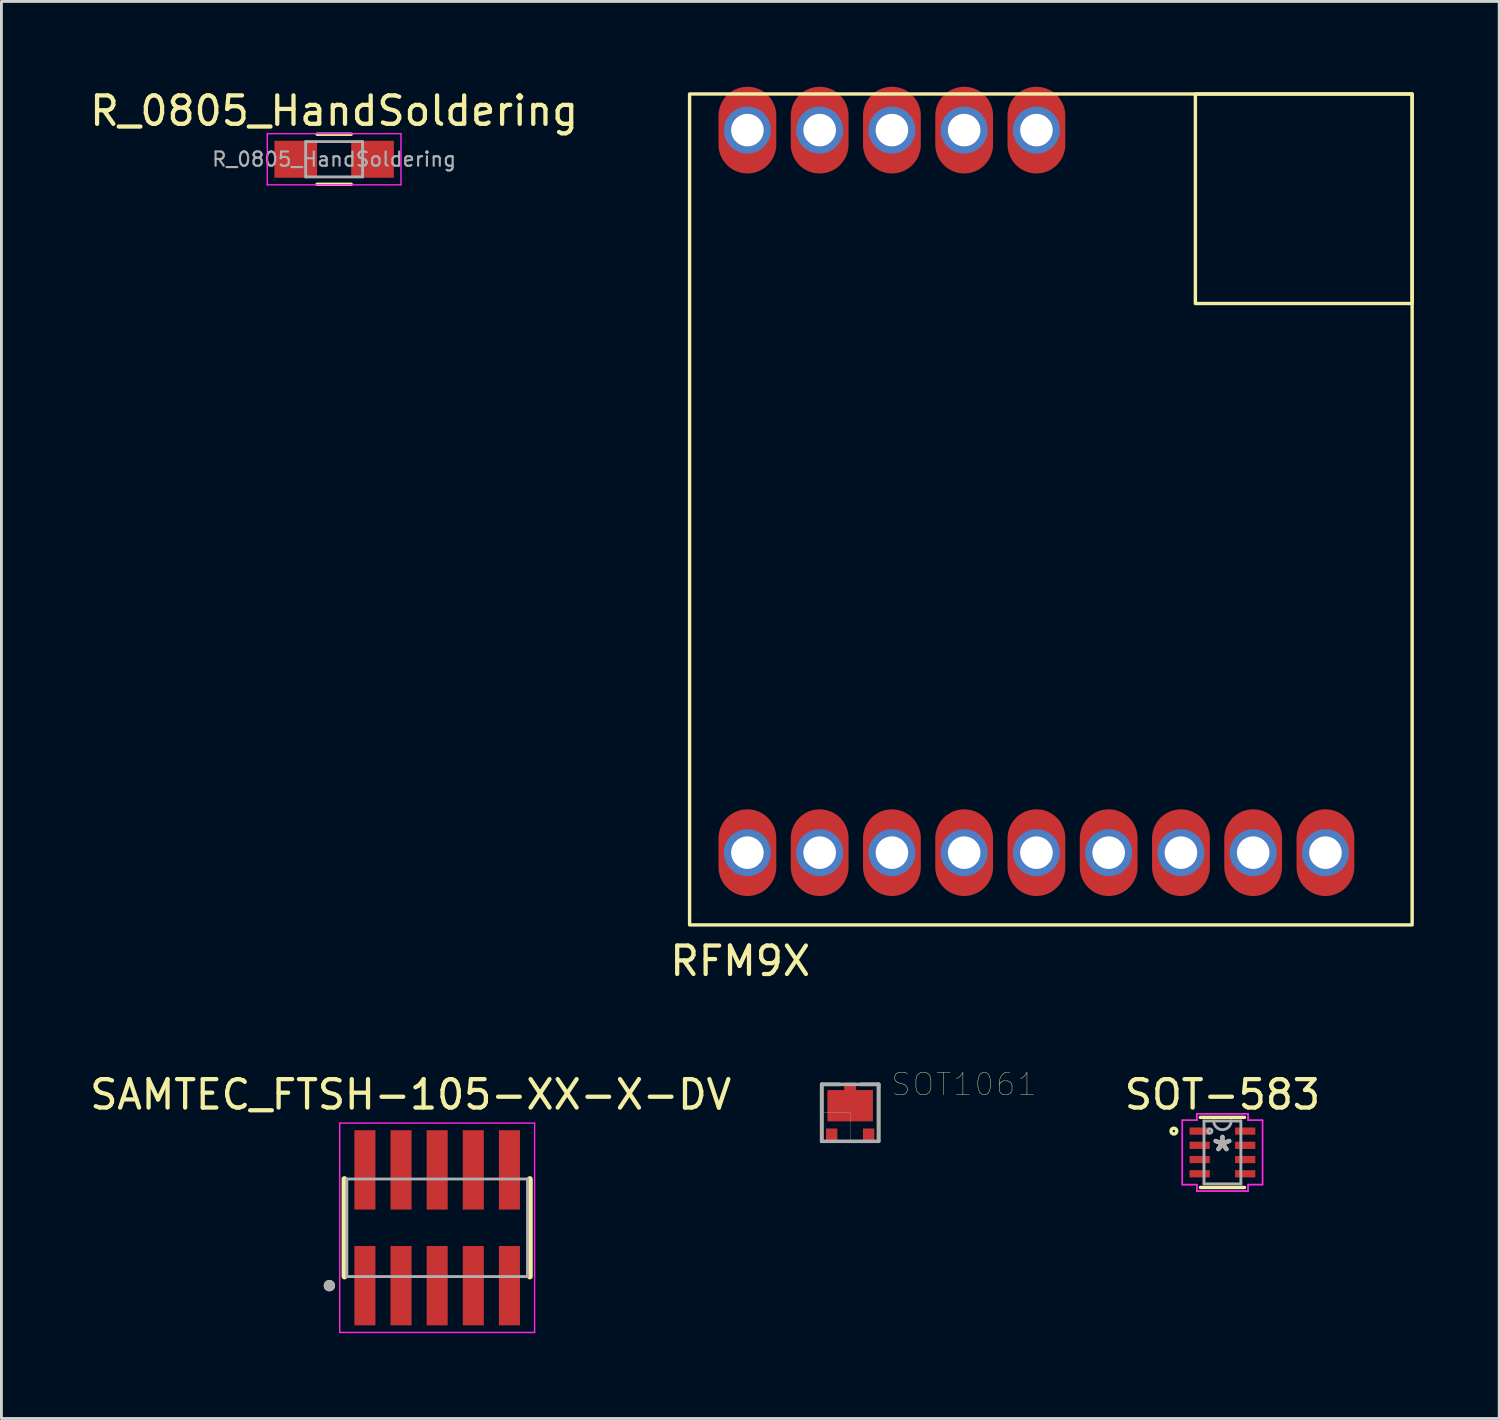
<source format=kicad_pcb>
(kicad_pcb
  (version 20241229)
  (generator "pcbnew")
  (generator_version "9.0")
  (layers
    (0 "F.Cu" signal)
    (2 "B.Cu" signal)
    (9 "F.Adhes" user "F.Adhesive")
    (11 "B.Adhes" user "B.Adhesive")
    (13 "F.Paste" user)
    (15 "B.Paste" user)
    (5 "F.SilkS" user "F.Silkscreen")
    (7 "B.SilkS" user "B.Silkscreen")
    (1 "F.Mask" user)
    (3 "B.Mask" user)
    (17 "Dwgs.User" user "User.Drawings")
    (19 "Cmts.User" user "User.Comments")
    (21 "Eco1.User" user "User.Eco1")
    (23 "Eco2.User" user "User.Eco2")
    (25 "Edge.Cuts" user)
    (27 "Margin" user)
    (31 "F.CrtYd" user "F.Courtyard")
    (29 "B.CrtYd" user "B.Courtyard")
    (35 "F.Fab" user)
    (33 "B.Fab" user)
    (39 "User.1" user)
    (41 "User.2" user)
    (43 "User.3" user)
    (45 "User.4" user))
  (footprint "SOT1061"
    (layer "F.Cu")
    (at 26.836 36.07)
    (property "Reference" "SOT1061" (at 4.001 -1 0) (layer "F.SilkS") (effects (font (size 0.788 0.788) (thickness 0.015))))
    (attr through_hole)
    (fp_poly (pts (xy 0.8 0.3) (xy -0.8 0.3) (xy -0.8 -0.8) (xy -0.2 -0.8) (xy -0.2 -1.05) (xy 0.2 -1.05) (xy 0.2 -0.8) (xy 0.8 -0.8)) (stroke (width 0) (type solid)) (fill yes) (layer "F.Cu"))
    (fp_poly (pts (xy -0.901 0.5) (xy -0.4 0.5) (xy -0.4 1.102) (xy -0.901 1.102)) (stroke (width 0.01) (type solid)) (fill yes) (layer "F.Mask"))
    (fp_poly (pts (xy 0.401 0.5) (xy 0.9 0.5) (xy 0.9 1.101) (xy 0.401 1.101)) (stroke (width 0.01) (type solid)) (fill yes) (layer "F.Mask"))
    (fp_poly (pts (xy 0.85 0.35) (xy -0.85 0.35) (xy -0.85 -0.85) (xy -0.25 -0.85) (xy -0.25 -1.1) (xy 0.25 -1.1) (xy 0.25 -0.85) (xy 0.85 -0.85)) (stroke (width 0) (type solid)) (fill yes) (layer "F.Mask"))
    (fp_line (start -1 -1) (end -1 1) (stroke (width 0.125) (type solid)) (layer "F.SilkS"))
    (fp_line (start -0.375 -1) (end -1 -1) (stroke (width 0.125) (type solid)) (layer "F.SilkS"))
    (fp_line (start 1 -1) (end 0.375 -1) (stroke (width 0.125) (type solid)) (layer "F.SilkS"))
    (fp_line (start 1 1) (end 1 -1) (stroke (width 0.125) (type solid)) (layer "F.SilkS"))
    (fp_poly (pts (xy 0.8 0.3) (xy -0.8 0.3) (xy -0.8 -0.8) (xy -0.2 -0.8) (xy -0.2 -1.05) (xy 0.2 -1.05) (xy 0.2 -0.8) (xy 0.8 -0.8)) (stroke (width 0) (type solid)) (fill yes) (layer "F.Paste"))
    (fp_line (start -1 -1) (end 1 -1) (stroke (width 0.125) (type solid)) (layer "F.Fab"))
    (fp_line (start -1 1) (end -1 -1) (stroke (width 0.125) (type solid)) (layer "F.Fab"))
    (fp_line (start 1 -1) (end 1 -0.9) (stroke (width 0.125) (type solid)) (layer "F.Fab"))
    (fp_line (start 1 -0.9) (end 1 1) (stroke (width 0.125) (type solid)) (layer "F.Fab"))
    (fp_line (start 1 1) (end -1 1) (stroke (width 0.125) (type solid)) (layer "F.Fab"))
    (fp_poly (pts (xy -1 0) (xy 0 0) (xy 0 1) (xy -1 1)) (stroke (width 0.01) (type solid)) (fill no) (layer "F.Fab"))
    (pad "1" smd rect (at -0.65 0.8) (size 0.4 0.5) (layers "F.Cu" "F.Paste"))
    (pad "2" smd rect (at 0.65 0.8) (size 0.4 0.5) (layers "F.Cu" "F.Paste"))
    (pad "3" smd rect (at 0 -0.875) (size 0.001 0.001) (layers "F.Cu"))
    (pad "3" smd rect (at 0 -0.813) (size 0.4 0.5) (layers "F.Cu" "F.Paste")))
  (footprint "SOT-583"
    (layer "F.Cu")
    (at 39.923 37.462)
    (property "Reference" "SOT-583" (at 0 -2.032 0) (layer "F.SilkS") (effects (font (size 1 1) (thickness 0.15))))
    (attr through_hole)
    (fp_line (start -0.775 1.232) (end 0.775 1.232) (stroke (width 0.12) (type solid)) (layer "F.SilkS"))
    (fp_line (start 0.775 -1.232) (end -0.775 -1.232) (stroke (width 0.12) (type solid)) (layer "F.SilkS"))
    (fp_circle (center -1.707 -0.75) (end -1.605 -0.75) (stroke (width 0.12) (type solid)) (fill no) (layer "F.SilkS"))
    (fp_line (start -1.41 -1.131) (end -0.902 -1.131) (stroke (width 0.05) (type solid)) (layer "F.CrtYd"))
    (fp_line (start -1.41 -1.131) (end -0.902 -1.131) (stroke (width 0.05) (type solid)) (layer "F.CrtYd"))
    (fp_line (start -1.41 1.131) (end -1.41 -1.131) (stroke (width 0.05) (type solid)) (layer "F.CrtYd"))
    (fp_line (start -1.41 1.131) (end -1.41 -1.131) (stroke (width 0.05) (type solid)) (layer "F.CrtYd"))
    (fp_line (start -1.41 1.131) (end -0.902 1.131) (stroke (width 0.05) (type solid)) (layer "F.CrtYd"))
    (fp_line (start -0.902 -1.359) (end 0.902 -1.359) (stroke (width 0.05) (type solid)) (layer "F.CrtYd"))
    (fp_line (start -0.902 -1.359) (end 0.902 -1.359) (stroke (width 0.05) (type solid)) (layer "F.CrtYd"))
    (fp_line (start -0.902 -1.131) (end -0.902 -1.359) (stroke (width 0.05) (type solid)) (layer "F.CrtYd"))
    (fp_line (start -0.902 -1.131) (end -0.902 -1.359) (stroke (width 0.05) (type solid)) (layer "F.CrtYd"))
    (fp_line (start -0.902 1.131) (end -1.41 1.131) (stroke (width 0.05) (type solid)) (layer "F.CrtYd"))
    (fp_line (start -0.902 1.359) (end -0.902 1.131) (stroke (width 0.05) (type solid)) (layer "F.CrtYd"))
    (fp_line (start -0.902 1.359) (end -0.902 1.131) (stroke (width 0.05) (type solid)) (layer "F.CrtYd"))
    (fp_line (start 0.902 -1.359) (end 0.902 -1.131) (stroke (width 0.05) (type solid)) (layer "F.CrtYd"))
    (fp_line (start 0.902 -1.359) (end 0.902 -1.131) (stroke (width 0.05) (type solid)) (layer "F.CrtYd"))
    (fp_line (start 0.902 -1.131) (end 1.41 -1.131) (stroke (width 0.05) (type solid)) (layer "F.CrtYd"))
    (fp_line (start 0.902 1.131) (end 0.902 1.359) (stroke (width 0.05) (type solid)) (layer "F.CrtYd"))
    (fp_line (start 0.902 1.131) (end 0.902 1.359) (stroke (width 0.05) (type solid)) (layer "F.CrtYd"))
    (fp_line (start 0.902 1.359) (end -0.902 1.359) (stroke (width 0.05) (type solid)) (layer "F.CrtYd"))
    (fp_line (start 0.902 1.359) (end -0.902 1.359) (stroke (width 0.05) (type solid)) (layer "F.CrtYd"))
    (fp_line (start 1.41 -1.131) (end 0.902 -1.131) (stroke (width 0.05) (type solid)) (layer "F.CrtYd"))
    (fp_line (start 1.41 -1.131) (end 1.41 1.131) (stroke (width 0.05) (type solid)) (layer "F.CrtYd"))
    (fp_line (start 1.41 -1.131) (end 1.41 1.131) (stroke (width 0.05) (type solid)) (layer "F.CrtYd"))
    (fp_line (start 1.41 1.131) (end 0.902 1.131) (stroke (width 0.05) (type solid)) (layer "F.CrtYd"))
    (fp_line (start 1.41 1.131) (end 0.902 1.131) (stroke (width 0.05) (type solid)) (layer "F.CrtYd"))
    (fp_line (start -0.648 -1.105) (end -0.648 1.105) (stroke (width 0.1) (type solid)) (layer "F.Fab"))
    (fp_line (start -0.648 1.105) (end 0.648 1.105) (stroke (width 0.1) (type solid)) (layer "F.Fab"))
    (fp_line (start 0.648 -1.105) (end -0.648 -1.105) (stroke (width 0.1) (type solid)) (layer "F.Fab"))
    (fp_line (start 0.648 1.105) (end 0.648 -1.105) (stroke (width 0.1) (type solid)) (layer "F.Fab"))
    (fp_arc (start 0.3048 -1.1049) (mid 0 -0.8001) (end -0.3048 -1.1049) (stroke (width 0.1) (type solid)) (layer "F.Fab"))
    (fp_circle (center -0.445 -0.75) (end -0.368 -0.75) (stroke (width 0.1) (type solid)) (fill no) (layer "F.Fab"))
    (fp_text user "*" (at 0 0 0) (layer "F.SilkS") (effects (font (size 1 1) (thickness 0.15))))
    (fp_text user "*" (at 0 0 0) (layer "F.Fab") (effects (font (size 1 1) (thickness 0.15))))
    (pad "1" smd rect (at -0.8 -0.75) (size 0.711 0.254) (layers "F.Cu" "F.Mask" "F.Paste"))
    (pad "2" smd rect (at -0.8 -0.25) (size 0.711 0.254) (layers "F.Cu" "F.Mask" "F.Paste"))
    (pad "3" smd rect (at -0.8 0.25) (size 0.711 0.254) (layers "F.Cu" "F.Mask" "F.Paste"))
    (pad "4" smd rect (at -0.8 0.75) (size 0.711 0.254) (layers "F.Cu" "F.Mask" "F.Paste"))
    (pad "5" smd rect (at 0.8 0.75) (size 0.711 0.254) (layers "F.Cu" "F.Mask" "F.Paste"))
    (pad "6" smd rect (at 0.8 0.25) (size 0.711 0.254) (layers "F.Cu" "F.Mask" "F.Paste"))
    (pad "7" smd rect (at 0.8 -0.25) (size 0.711 0.254) (layers "F.Cu" "F.Mask" "F.Paste"))
    (pad "8" smd rect (at 0.8 -0.75) (size 0.711 0.254) (layers "F.Cu" "F.Mask" "F.Paste")))
  (footprint "RFM9X"
    (layer "F.Cu")
    (at 23.224 26.924)
    (property "Reference" "RFM9X" (at -0.254 3.81 180) (layer "F.SilkS") (effects (font (size 1 1) (thickness 0.15))))
    (attr through_hole)
    (fp_rect (start -2.032 2.54) (end 23.368 -26.67) (stroke (width 0.12) (type solid)) (fill no) (layer "F.SilkS"))
    (fp_rect (start 23.368 -26.67) (end 15.748 -19.304) (stroke (width 0.12) (type solid)) (fill no) (layer "F.SilkS"))
    (pad "1" thru_hole circle (at 0 0) (size 1.651 1.651) (drill 1.143) (layers "*.Cu" "*.Mask"))
    (pad "1" smd oval (at 0 0) (size 2.032 3.048) (layers "F.Cu" "F.Mask" "F.Paste"))
    (pad "2" thru_hole circle (at 2.54 0) (size 1.651 1.651) (drill 1.143) (layers "*.Cu" "*.Mask"))
    (pad "2" smd oval (at 2.54 0) (size 2.032 3.048) (layers "F.Cu" "F.Mask" "F.Paste"))
    (pad "3" thru_hole circle (at 5.08 0) (size 1.651 1.651) (drill 1.143) (layers "*.Cu" "*.Mask"))
    (pad "3" smd oval (at 5.08 0) (size 2.032 3.048) (layers "F.Cu" "F.Mask" "F.Paste"))
    (pad "4" thru_hole circle (at 7.62 0) (size 1.651 1.651) (drill 1.143) (layers "*.Cu" "*.Mask"))
    (pad "4" smd oval (at 7.62 0) (size 2.032 3.048) (layers "F.Cu" "F.Mask" "F.Paste"))
    (pad "5" thru_hole circle (at 10.16 0) (size 1.651 1.651) (drill 1.143) (layers "*.Cu" "*.Mask"))
    (pad "5" smd oval (at 10.16 0) (size 2.032 3.048) (layers "F.Cu" "F.Mask" "F.Paste"))
    (pad "6" thru_hole circle (at 12.7 0) (size 1.651 1.651) (drill 1.143) (layers "*.Cu" "*.Mask"))
    (pad "6" smd oval (at 12.7 0) (size 2.032 3.048) (layers "F.Cu" "F.Mask" "F.Paste"))
    (pad "7" thru_hole circle (at 15.24 0) (size 1.651 1.651) (drill 1.143) (layers "*.Cu" "*.Mask"))
    (pad "7" smd oval (at 15.24 0) (size 2.032 3.048) (layers "F.Cu" "F.Mask" "F.Paste"))
    (pad "8" thru_hole circle (at 17.78 0) (size 1.651 1.651) (drill 1.143) (layers "*.Cu" "*.Mask"))
    (pad "8" smd oval (at 17.78 0) (size 2.032 3.048) (layers "F.Cu" "F.Mask" "F.Paste"))
    (pad "9" thru_hole circle (at 20.32 0) (size 1.651 1.651) (drill 1.143) (layers "*.Cu" "*.Mask"))
    (pad "9" smd oval (at 20.32 0) (size 2.032 3.048) (layers "F.Cu" "F.Mask" "F.Paste"))
    (pad "10" thru_hole circle (at 0 -25.4) (size 1.651 1.651) (drill 1.143) (layers "*.Cu" "*.Mask"))
    (pad "10" smd oval (at 0 -25.4) (size 2.032 3.048) (layers "F.Cu" "F.Mask" "F.Paste"))
    (pad "11" thru_hole circle (at 2.54 -25.4) (size 1.651 1.651) (drill 1.143) (layers "*.Cu" "*.Mask"))
    (pad "11" smd oval (at 2.54 -25.4) (size 2.032 3.048) (layers "F.Cu" "F.Mask" "F.Paste"))
    (pad "12" thru_hole circle (at 5.08 -25.4) (size 1.651 1.651) (drill 1.143) (layers "*.Cu" "*.Mask"))
    (pad "12" smd oval (at 5.08 -25.4) (size 2.032 3.048) (layers "F.Cu" "F.Mask" "F.Paste"))
    (pad "13" thru_hole circle (at 7.62 -25.4) (size 1.651 1.651) (drill 1.143) (layers "*.Cu" "*.Mask"))
    (pad "13" smd oval (at 7.62 -25.4) (size 2.032 3.048) (layers "F.Cu" "F.Mask" "F.Paste"))
    (pad "14" thru_hole circle (at 10.16 -25.4) (size 1.651 1.651) (drill 1.143) (layers "*.Cu" "*.Mask"))
    (pad "14" smd oval (at 10.16 -25.4) (size 2.032 3.048) (layers "F.Cu" "F.Mask" "F.Paste")))
  (footprint "SAMTEC_FTSH-105-XX-X-DV"
    (layer "F.Cu")
    (at 12.318 40.111)
    (property "Reference" "SAMTEC_FTSH-105-XX-X-DV" (at -0.931 -4.681 0) (layer "F.SilkS") (effects (font (size 1 1) (thickness 0.15))))
    (attr through_hole)
    (fp_line (start -3.26 -1.715) (end -3.26 1.715) (stroke (width 0.2) (type solid)) (layer "F.SilkS"))
    (fp_line (start 3.26 1.715) (end 3.26 -1.715) (stroke (width 0.2) (type solid)) (layer "F.SilkS"))
    (fp_circle (center -3.79 2.035) (end -3.69 2.035) (stroke (width 0.2) (type solid)) (fill no) (layer "F.SilkS"))
    (fp_line (start -3.425 -3.68) (end 3.425 -3.68) (stroke (width 0.05) (type solid)) (layer "F.CrtYd"))
    (fp_line (start -3.425 3.68) (end -3.425 -3.68) (stroke (width 0.05) (type solid)) (layer "F.CrtYd"))
    (fp_line (start 3.425 -3.68) (end 3.425 3.68) (stroke (width 0.05) (type solid)) (layer "F.CrtYd"))
    (fp_line (start 3.425 3.68) (end -3.425 3.68) (stroke (width 0.05) (type solid)) (layer "F.CrtYd"))
    (fp_line (start -3.175 1.715) (end -3.175 -1.715) (stroke (width 0.1) (type solid)) (layer "F.Fab"))
    (fp_line (start -3.175 1.715) (end 3.175 1.715) (stroke (width 0.1) (type solid)) (layer "F.Fab"))
    (fp_line (start 3.175 -1.715) (end -3.175 -1.715) (stroke (width 0.1) (type solid)) (layer "F.Fab"))
    (fp_line (start 3.175 1.715) (end 3.175 -1.715) (stroke (width 0.1) (type solid)) (layer "F.Fab"))
    (fp_circle (center -3.79 2.035) (end -3.69 2.035) (stroke (width 0.2) (type solid)) (fill no) (layer "F.Fab"))
    (pad "01" smd rect (at -2.54 2.035) (size 0.74 2.79) (layers "F.Cu" "F.Mask" "F.Paste"))
    (pad "02" smd rect (at -2.54 -2.035) (size 0.74 2.79) (layers "F.Cu" "F.Mask" "F.Paste"))
    (pad "03" smd rect (at -1.27 2.035) (size 0.74 2.79) (layers "F.Cu" "F.Mask" "F.Paste"))
    (pad "04" smd rect (at -1.27 -2.035) (size 0.74 2.79) (layers "F.Cu" "F.Mask" "F.Paste"))
    (pad "05" smd rect (at 0 2.035) (size 0.74 2.79) (layers "F.Cu" "F.Mask" "F.Paste"))
    (pad "06" smd rect (at 0 -2.035) (size 0.74 2.79) (layers "F.Cu" "F.Mask" "F.Paste"))
    (pad "07" smd rect (at 1.27 2.035) (size 0.74 2.79) (layers "F.Cu" "F.Mask" "F.Paste"))
    (pad "08" smd rect (at 1.27 -2.035) (size 0.74 2.79) (layers "F.Cu" "F.Mask" "F.Paste"))
    (pad "09" smd rect (at 2.54 2.035) (size 0.74 2.79) (layers "F.Cu" "F.Mask" "F.Paste"))
    (pad "10" smd rect (at 2.54 -2.035) (size 0.74 2.79) (layers "F.Cu" "F.Mask" "F.Paste")))
  (footprint "R_0805_HandSoldering"
    (layer "F.Cu")
    (at 8.696 2.548)
    (property "Reference" "R_0805_HandSoldering" (at 0 -1.7 0) (layer "F.SilkS") (effects (font (size 1 1) (thickness 0.15))))
    (attr smd)
    (fp_line (start -0.6 -0.88) (end 0.6 -0.88) (stroke (width 0.12) (type solid)) (layer "F.SilkS"))
    (fp_line (start 0.6 0.88) (end -0.6 0.88) (stroke (width 0.12) (type solid)) (layer "F.SilkS"))
    (fp_line (start -2.35 -0.9) (end -2.35 0.9) (stroke (width 0.05) (type solid)) (layer "F.CrtYd"))
    (fp_line (start -2.35 -0.9) (end 2.35 -0.9) (stroke (width 0.05) (type solid)) (layer "F.CrtYd"))
    (fp_line (start 2.35 0.9) (end -2.35 0.9) (stroke (width 0.05) (type solid)) (layer "F.CrtYd"))
    (fp_line (start 2.35 0.9) (end 2.35 -0.9) (stroke (width 0.05) (type solid)) (layer "F.CrtYd"))
    (fp_line (start -1 -0.62) (end 1 -0.62) (stroke (width 0.1) (type solid)) (layer "F.Fab"))
    (fp_line (start -1 0.62) (end -1 -0.62) (stroke (width 0.1) (type solid)) (layer "F.Fab"))
    (fp_line (start 1 -0.62) (end 1 0.62) (stroke (width 0.1) (type solid)) (layer "F.Fab"))
    (fp_line (start 1 0.62) (end -1 0.62) (stroke (width 0.1) (type solid)) (layer "F.Fab"))
    (fp_text user "${REFERENCE}" (at 0 0 0) (layer "F.Fab") (effects (font (size 0.5 0.5) (thickness 0.075))))
    (pad "1" smd rect (at -1.35 0) (size 1.5 1.3) (layers "F.Cu" "F.Mask" "F.Paste"))
    (pad "2" smd rect (at 1.35 0) (size 1.5 1.3) (layers "F.Cu" "F.Mask" "F.Paste")))
  (gr_rect
    (start -3 -3)
    (end 49.652 46.816)
    (stroke (width 0.1) (type default))
    (fill no)
    (layer "Edge.Cuts")))
</source>
